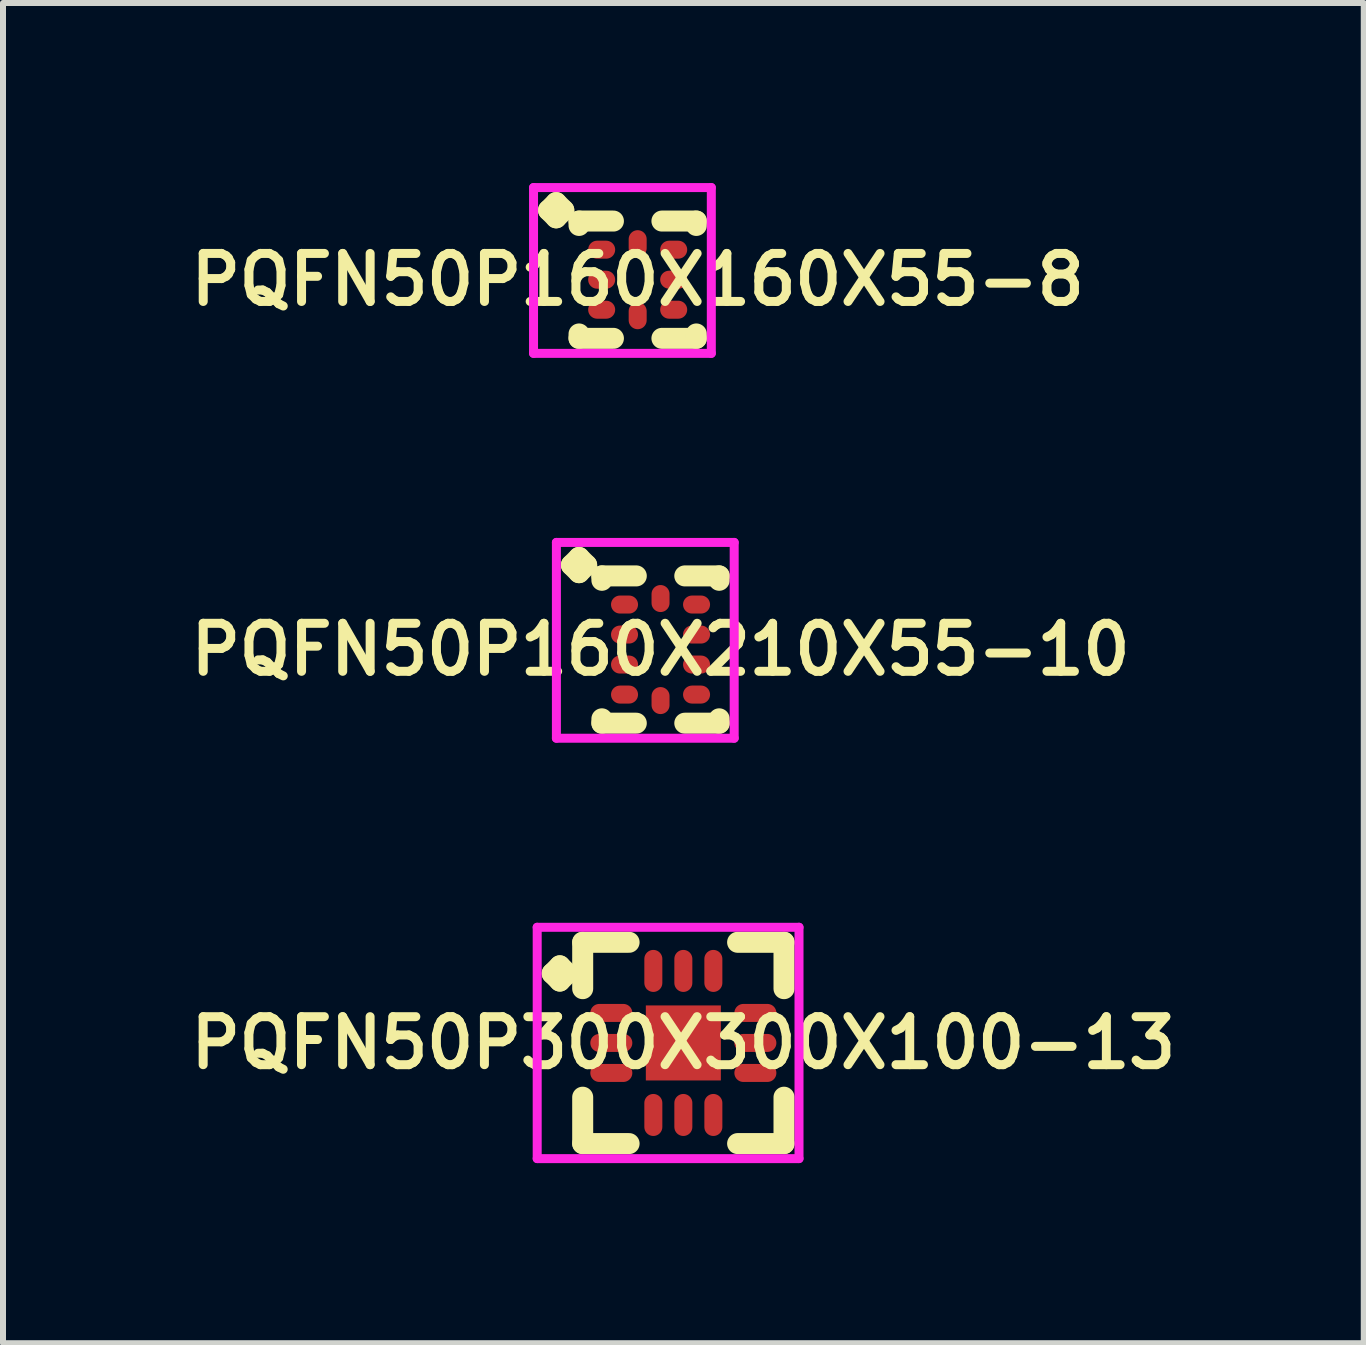
<source format=kicad_pcb>
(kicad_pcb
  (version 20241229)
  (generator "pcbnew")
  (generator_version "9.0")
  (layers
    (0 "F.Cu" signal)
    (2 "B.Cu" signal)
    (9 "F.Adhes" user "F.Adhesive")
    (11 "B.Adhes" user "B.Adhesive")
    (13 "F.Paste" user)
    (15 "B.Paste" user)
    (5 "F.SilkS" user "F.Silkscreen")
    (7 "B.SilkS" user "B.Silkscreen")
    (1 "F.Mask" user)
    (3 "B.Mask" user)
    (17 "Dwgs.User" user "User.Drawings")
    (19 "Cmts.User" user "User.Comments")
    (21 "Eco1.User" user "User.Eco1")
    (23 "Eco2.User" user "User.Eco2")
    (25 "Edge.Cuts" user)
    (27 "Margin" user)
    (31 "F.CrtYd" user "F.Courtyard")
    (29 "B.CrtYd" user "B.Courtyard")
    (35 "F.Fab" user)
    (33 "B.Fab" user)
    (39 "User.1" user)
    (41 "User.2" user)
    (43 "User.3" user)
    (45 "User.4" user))
  (footprint "PQFN50P160X160X55-8"
    (layer "F.Cu")
    (at 7.574 1.61)
    (property "Reference" "PQFN50P160X160X55-8" (at 0 0 0) (layer "F.SilkS") (effects (font (size 0.8 0.8) (thickness 0.15))))
    (attr through_hole)
    (fp_line (start -1.485 -1.158) (end -1.358 -1.285) (stroke (width 0.35) (type solid)) (layer "F.SilkS"))
    (fp_line (start -1.358 -1.285) (end -1.231 -1.158) (stroke (width 0.35) (type solid)) (layer "F.SilkS"))
    (fp_line (start -1.358 -1.031) (end -1.485 -1.158) (stroke (width 0.35) (type solid)) (layer "F.SilkS"))
    (fp_line (start -1.231 -1.158) (end -1.358 -1.031) (stroke (width 0.35) (type solid)) (layer "F.SilkS"))
    (fp_line (start -0.977 -0.977) (end -0.404 -0.977) (stroke (width 0.35) (type solid)) (layer "F.SilkS"))
    (fp_line (start -0.977 -0.904) (end -0.977 -0.977) (stroke (width 0.35) (type solid)) (layer "F.SilkS"))
    (fp_line (start -0.977 0.904) (end -0.977 0.977) (stroke (width 0.35) (type solid)) (layer "F.SilkS"))
    (fp_line (start -0.977 0.977) (end -0.404 0.977) (stroke (width 0.35) (type solid)) (layer "F.SilkS"))
    (fp_line (start 0.404 -0.977) (end 0.977 -0.977) (stroke (width 0.35) (type solid)) (layer "F.SilkS"))
    (fp_line (start 0.404 0.977) (end 0.977 0.977) (stroke (width 0.35) (type solid)) (layer "F.SilkS"))
    (fp_line (start 0.977 -0.977) (end 0.977 -0.904) (stroke (width 0.35) (type solid)) (layer "F.SilkS"))
    (fp_line (start 0.977 0.977) (end 0.977 0.904) (stroke (width 0.35) (type solid)) (layer "F.SilkS"))
    (fp_line (start -1.735 -1.535) (end 1.227 -1.535) (stroke (width 0.15) (type solid)) (layer "F.CrtYd"))
    (fp_line (start -1.735 1.227) (end -1.735 -1.535) (stroke (width 0.15) (type solid)) (layer "F.CrtYd"))
    (fp_line (start 1.227 -1.535) (end 1.227 1.227) (stroke (width 0.15) (type solid)) (layer "F.CrtYd"))
    (fp_line (start 1.227 1.227) (end -1.735 1.227) (stroke (width 0.15) (type solid)) (layer "F.CrtYd"))
    (pad "1" smd oval (at -0.6 -0.5) (size 0.45 0.3) (layers "F.Cu" "F.Mask" "F.Paste"))
    (pad "2" smd oval (at -0.6 0) (size 0.45 0.3) (layers "F.Cu" "F.Mask" "F.Paste"))
    (pad "3" smd oval (at -0.6 0.5) (size 0.45 0.3) (layers "F.Cu" "F.Mask" "F.Paste"))
    (pad "4" smd oval (at 0 0.6) (size 0.3 0.45) (layers "F.Cu" "F.Mask" "F.Paste"))
    (pad "5" smd oval (at 0.6 0.5) (size 0.45 0.3) (layers "F.Cu" "F.Mask" "F.Paste"))
    (pad "6" smd oval (at 0.6 0) (size 0.45 0.3) (layers "F.Cu" "F.Mask" "F.Paste"))
    (pad "7" smd oval (at 0.6 -0.5) (size 0.45 0.3) (layers "F.Cu" "F.Mask" "F.Paste"))
    (pad "8" smd oval (at 0 -0.6) (size 0.3 0.45) (layers "F.Cu" "F.Mask" "F.Paste")))
  (footprint "PQFN50P300X300X100-13"
    (layer "F.Cu")
    (at 8.335 14.326)
    (property "Reference" "PQFN50P300X300X100-13" (at 0 0 0) (layer "F.SilkS") (effects (font (size 0.8 0.8) (thickness 0.15))))
    (attr smd)
    (fp_line (start -2.185 -1.158) (end -2.058 -1.285) (stroke (width 0.35) (type solid)) (layer "F.SilkS"))
    (fp_line (start -2.058 -1.285) (end -1.931 -1.158) (stroke (width 0.35) (type solid)) (layer "F.SilkS"))
    (fp_line (start -2.058 -1.031) (end -2.185 -1.158) (stroke (width 0.35) (type solid)) (layer "F.SilkS"))
    (fp_line (start -1.931 -1.158) (end -2.058 -1.031) (stroke (width 0.35) (type solid)) (layer "F.SilkS"))
    (fp_line (start -1.677 -1.677) (end -0.904 -1.677) (stroke (width 0.35) (type solid)) (layer "F.SilkS"))
    (fp_line (start -1.677 -0.904) (end -1.677 -1.677) (stroke (width 0.35) (type solid)) (layer "F.SilkS"))
    (fp_line (start -1.677 0.904) (end -1.677 1.677) (stroke (width 0.35) (type solid)) (layer "F.SilkS"))
    (fp_line (start -1.677 1.677) (end -0.904 1.677) (stroke (width 0.35) (type solid)) (layer "F.SilkS"))
    (fp_line (start 0.904 -1.677) (end 1.677 -1.677) (stroke (width 0.35) (type solid)) (layer "F.SilkS"))
    (fp_line (start 0.904 1.677) (end 1.677 1.677) (stroke (width 0.35) (type solid)) (layer "F.SilkS"))
    (fp_line (start 1.677 -1.677) (end 1.677 -0.904) (stroke (width 0.35) (type solid)) (layer "F.SilkS"))
    (fp_line (start 1.677 1.677) (end 1.677 0.904) (stroke (width 0.35) (type solid)) (layer "F.SilkS"))
    (fp_line (start -2.435 -1.927) (end 1.927 -1.927) (stroke (width 0.15) (type solid)) (layer "F.CrtYd"))
    (fp_line (start -2.435 1.927) (end -2.435 -1.927) (stroke (width 0.15) (type solid)) (layer "F.CrtYd"))
    (fp_line (start 1.927 -1.927) (end 1.927 1.927) (stroke (width 0.15) (type solid)) (layer "F.CrtYd"))
    (fp_line (start 1.927 1.927) (end -2.435 1.927) (stroke (width 0.15) (type solid)) (layer "F.CrtYd"))
    (pad "1" smd oval (at -1.2 -0.5) (size 0.7 0.3) (layers "F.Cu" "F.Mask" "F.Paste"))
    (pad "2" smd oval (at -1.2 0) (size 0.7 0.3) (layers "F.Cu" "F.Mask" "F.Paste"))
    (pad "3" smd oval (at -1.2 0.5) (size 0.7 0.3) (layers "F.Cu" "F.Mask" "F.Paste"))
    (pad "4" smd oval (at -0.5 1.2) (size 0.3 0.7) (layers "F.Cu" "F.Mask" "F.Paste"))
    (pad "5" smd oval (at 0 1.2) (size 0.3 0.7) (layers "F.Cu" "F.Mask" "F.Paste"))
    (pad "6" smd oval (at 0.5 1.2) (size 0.3 0.7) (layers "F.Cu" "F.Mask" "F.Paste"))
    (pad "7" smd oval (at 1.2 0.5) (size 0.7 0.3) (layers "F.Cu" "F.Mask" "F.Paste"))
    (pad "8" smd oval (at 1.2 0) (size 0.7 0.3) (layers "F.Cu" "F.Mask" "F.Paste"))
    (pad "9" smd oval (at 1.2 -0.5) (size 0.7 0.3) (layers "F.Cu" "F.Mask" "F.Paste"))
    (pad "10" smd oval (at 0.5 -1.2) (size 0.3 0.7) (layers "F.Cu" "F.Mask" "F.Paste"))
    (pad "11" smd oval (at 0 -1.2) (size 0.3 0.7) (layers "F.Cu" "F.Mask" "F.Paste"))
    (pad "12" smd oval (at -0.5 -1.2) (size 0.3 0.7) (layers "F.Cu" "F.Mask" "F.Paste"))
    (pad "13" smd rect (at 0 0) (size 1.25 1.25) (layers "F.Cu" "F.Mask" "F.Paste")))
  (footprint "PQFN50P160X210X55-10"
    (layer "F.Cu")
    (at 7.955 7.772)
    (property "Reference" "PQFN50P160X210X55-10" (at 0 0 0) (layer "F.SilkS") (effects (font (size 0.8 0.8) (thickness 0.15))))
    (attr smd)
    (fp_line (start -1.485 -1.408) (end -1.358 -1.535) (stroke (width 0.35) (type solid)) (layer "F.SilkS"))
    (fp_line (start -1.358 -1.535) (end -1.231 -1.408) (stroke (width 0.35) (type solid)) (layer "F.SilkS"))
    (fp_line (start -1.358 -1.281) (end -1.485 -1.408) (stroke (width 0.35) (type solid)) (layer "F.SilkS"))
    (fp_line (start -1.231 -1.408) (end -1.358 -1.281) (stroke (width 0.35) (type solid)) (layer "F.SilkS"))
    (fp_line (start -0.977 -1.227) (end -0.404 -1.227) (stroke (width 0.35) (type solid)) (layer "F.SilkS"))
    (fp_line (start -0.977 -1.154) (end -0.977 -1.227) (stroke (width 0.35) (type solid)) (layer "F.SilkS"))
    (fp_line (start -0.977 1.154) (end -0.977 1.227) (stroke (width 0.35) (type solid)) (layer "F.SilkS"))
    (fp_line (start -0.977 1.227) (end -0.404 1.227) (stroke (width 0.35) (type solid)) (layer "F.SilkS"))
    (fp_line (start 0.404 -1.227) (end 0.977 -1.227) (stroke (width 0.35) (type solid)) (layer "F.SilkS"))
    (fp_line (start 0.404 1.227) (end 0.977 1.227) (stroke (width 0.35) (type solid)) (layer "F.SilkS"))
    (fp_line (start 0.977 -1.227) (end 0.977 -1.154) (stroke (width 0.35) (type solid)) (layer "F.SilkS"))
    (fp_line (start 0.977 1.227) (end 0.977 1.154) (stroke (width 0.35) (type solid)) (layer "F.SilkS"))
    (fp_line (start -1.735 -1.785) (end 1.227 -1.785) (stroke (width 0.15) (type solid)) (layer "F.CrtYd"))
    (fp_line (start -1.735 1.477) (end -1.735 -1.785) (stroke (width 0.15) (type solid)) (layer "F.CrtYd"))
    (fp_line (start 1.227 -1.785) (end 1.227 1.477) (stroke (width 0.15) (type solid)) (layer "F.CrtYd"))
    (fp_line (start 1.227 1.477) (end -1.735 1.477) (stroke (width 0.15) (type solid)) (layer "F.CrtYd"))
    (pad "1" smd oval (at -0.6 -0.75) (size 0.45 0.3) (layers "F.Cu" "F.Mask" "F.Paste"))
    (pad "2" smd oval (at -0.6 -0.25) (size 0.45 0.3) (layers "F.Cu" "F.Mask" "F.Paste"))
    (pad "3" smd oval (at -0.6 0.25) (size 0.45 0.3) (layers "F.Cu" "F.Mask" "F.Paste"))
    (pad "4" smd oval (at -0.6 0.75) (size 0.45 0.3) (layers "F.Cu" "F.Mask" "F.Paste"))
    (pad "5" smd oval (at 0 0.85) (size 0.3 0.45) (layers "F.Cu" "F.Mask" "F.Paste"))
    (pad "6" smd oval (at 0.6 0.75) (size 0.45 0.3) (layers "F.Cu" "F.Mask" "F.Paste"))
    (pad "7" smd oval (at 0.6 0.25) (size 0.45 0.3) (layers "F.Cu" "F.Mask" "F.Paste"))
    (pad "8" smd oval (at 0.6 -0.25) (size 0.45 0.3) (layers "F.Cu" "F.Mask" "F.Paste"))
    (pad "9" smd oval (at 0.6 -0.75) (size 0.45 0.3) (layers "F.Cu" "F.Mask" "F.Paste"))
    (pad "10" smd oval (at 0 -0.85) (size 0.3 0.45) (layers "F.Cu" "F.Mask" "F.Paste")))
  (gr_rect
    (start -3 -3)
    (end 19.671 19.328)
    (stroke (width 0.1) (type default))
    (fill no)
    (layer "Edge.Cuts")))
</source>
